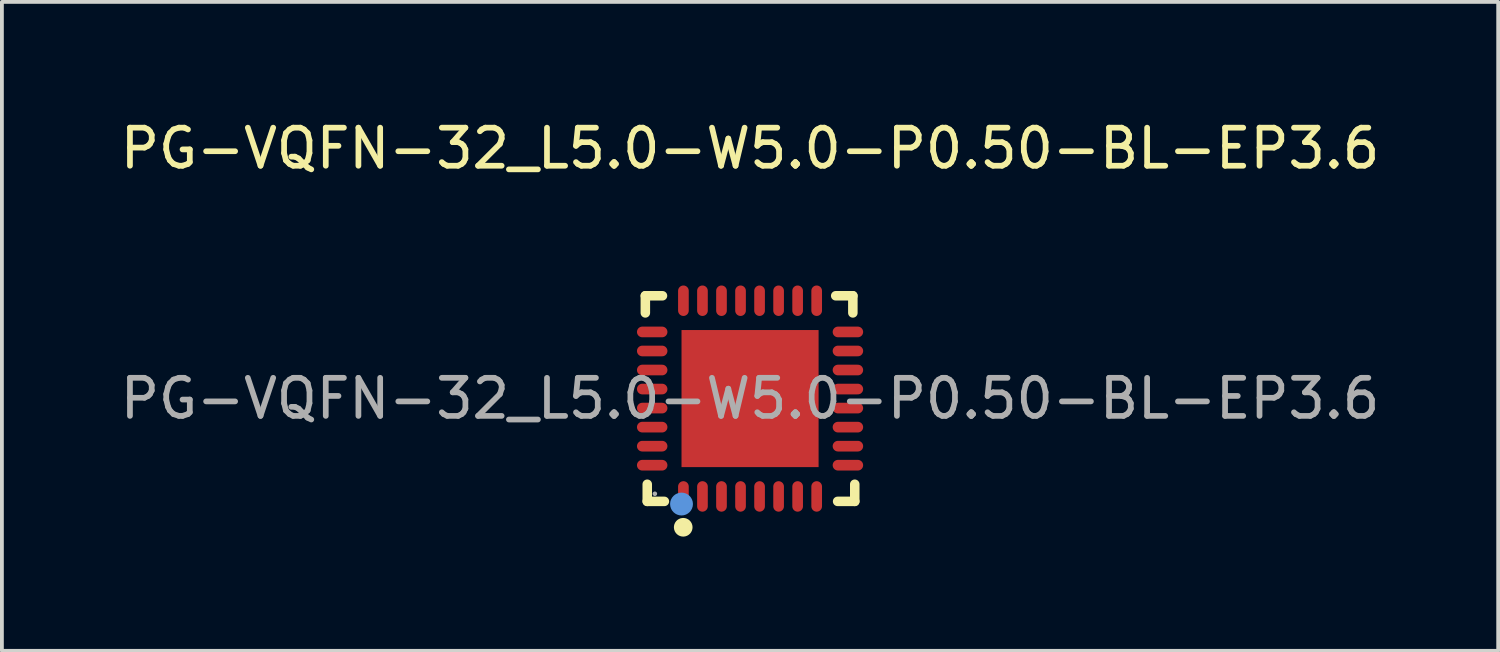
<source format=kicad_pcb>
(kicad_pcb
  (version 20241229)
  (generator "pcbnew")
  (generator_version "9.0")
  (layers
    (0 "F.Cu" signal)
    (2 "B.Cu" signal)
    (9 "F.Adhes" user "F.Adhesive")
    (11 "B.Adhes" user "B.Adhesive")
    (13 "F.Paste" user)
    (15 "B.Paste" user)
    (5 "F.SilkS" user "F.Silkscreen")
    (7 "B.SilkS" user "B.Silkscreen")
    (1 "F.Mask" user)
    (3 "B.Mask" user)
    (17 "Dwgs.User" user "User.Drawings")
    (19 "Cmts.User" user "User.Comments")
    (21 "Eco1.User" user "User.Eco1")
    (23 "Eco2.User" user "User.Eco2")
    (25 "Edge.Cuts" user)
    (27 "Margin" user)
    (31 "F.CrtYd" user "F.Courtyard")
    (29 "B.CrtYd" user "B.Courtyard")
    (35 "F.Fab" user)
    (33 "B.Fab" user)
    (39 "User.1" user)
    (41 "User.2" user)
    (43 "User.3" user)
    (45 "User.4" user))
  (footprint "PG-VQFN-32_L5.0-W5.0-P0.50-BL-EP3.6"
    (layer "F.Cu")
    (at 16.649 7.418)
    (property "Reference" "PG-VQFN-32_L5.0-W5.0-P0.50-BL-EP3.6" (at 0 -6.57 0) (layer "F.SilkS") (effects (font (size 1 1) (thickness 0.15))))
    (attr smd)
    (fp_line (start -2.75 -2.7) (end -2.75 -2.25) (stroke (width 0.25) (type solid)) (layer "F.SilkS"))
    (fp_line (start -2.7 2.7) (end -2.7 2.25) (stroke (width 0.25) (type solid)) (layer "F.SilkS"))
    (fp_line (start -2.3 -2.7) (end -2.75 -2.7) (stroke (width 0.25) (type solid)) (layer "F.SilkS"))
    (fp_line (start -2.25 2.7) (end -2.7 2.7) (stroke (width 0.25) (type solid)) (layer "F.SilkS"))
    (fp_line (start 2.3 2.7) (end 2.75 2.7) (stroke (width 0.25) (type solid)) (layer "F.SilkS"))
    (fp_line (start 2.7 -2.7) (end 2.25 -2.7) (stroke (width 0.25) (type solid)) (layer "F.SilkS"))
    (fp_line (start 2.7 -2.25) (end 2.7 -2.7) (stroke (width 0.25) (type solid)) (layer "F.SilkS"))
    (fp_line (start 2.75 2.7) (end 2.75 2.25) (stroke (width 0.25) (type solid)) (layer "F.SilkS"))
    (fp_arc (start -1.755004 3.260104) (mid -1.75 3.5) (end -1.765004 3.260521) (stroke (width 0.25) (type solid)) (layer "F.SilkS"))
    (fp_circle (center -1.8 2.77) (end -1.65 2.77) (stroke (width 0.3) (type solid)) (fill no) (layer "Cmts.User"))
    (fp_circle (center -2.5 2.5) (end -2.47 2.5) (stroke (width 0.06) (type solid)) (fill no) (layer "F.Fab"))
    (fp_text user "${REFERENCE}" (at 0 0 0) (layer "F.Fab") (effects (font (size 1 1) (thickness 0.15))))
    (pad "1" smd oval (at -1.75 2.57) (size 0.28 0.8) (layers "F.Cu" "F.Mask" "F.Paste"))
    (pad "2" smd oval (at -1.25 2.57) (size 0.28 0.8) (layers "F.Cu" "F.Mask" "F.Paste"))
    (pad "3" smd oval (at -0.75 2.57) (size 0.28 0.8) (layers "F.Cu" "F.Mask" "F.Paste"))
    (pad "4" smd oval (at -0.25 2.57) (size 0.28 0.8) (layers "F.Cu" "F.Mask" "F.Paste"))
    (pad "5" smd oval (at 0.25 2.57) (size 0.28 0.8) (layers "F.Cu" "F.Mask" "F.Paste"))
    (pad "6" smd oval (at 0.75 2.57) (size 0.28 0.8) (layers "F.Cu" "F.Mask" "F.Paste"))
    (pad "7" smd oval (at 1.25 2.57) (size 0.28 0.8) (layers "F.Cu" "F.Mask" "F.Paste"))
    (pad "8" smd oval (at 1.75 2.57) (size 0.28 0.8) (layers "F.Cu" "F.Mask" "F.Paste"))
    (pad "9" smd oval (at 2.57 1.75) (size 0.8 0.28) (layers "F.Cu" "F.Mask" "F.Paste"))
    (pad "10" smd oval (at 2.57 1.25) (size 0.8 0.28) (layers "F.Cu" "F.Mask" "F.Paste"))
    (pad "11" smd oval (at 2.57 0.75) (size 0.8 0.28) (layers "F.Cu" "F.Mask" "F.Paste"))
    (pad "12" smd oval (at 2.57 0.25) (size 0.8 0.28) (layers "F.Cu" "F.Mask" "F.Paste"))
    (pad "13" smd oval (at 2.57 -0.25) (size 0.8 0.28) (layers "F.Cu" "F.Mask" "F.Paste"))
    (pad "14" smd oval (at 2.57 -0.75) (size 0.8 0.28) (layers "F.Cu" "F.Mask" "F.Paste"))
    (pad "15" smd oval (at 2.57 -1.25) (size 0.8 0.28) (layers "F.Cu" "F.Mask" "F.Paste"))
    (pad "16" smd oval (at 2.57 -1.75) (size 0.8 0.28) (layers "F.Cu" "F.Mask" "F.Paste"))
    (pad "17" smd oval (at 1.75 -2.57) (size 0.28 0.8) (layers "F.Cu" "F.Mask" "F.Paste"))
    (pad "18" smd oval (at 1.25 -2.57) (size 0.28 0.8) (layers "F.Cu" "F.Mask" "F.Paste"))
    (pad "19" smd oval (at 0.75 -2.57) (size 0.28 0.8) (layers "F.Cu" "F.Mask" "F.Paste"))
    (pad "20" smd oval (at 0.25 -2.57) (size 0.28 0.8) (layers "F.Cu" "F.Mask" "F.Paste"))
    (pad "21" smd oval (at -0.25 -2.57) (size 0.28 0.8) (layers "F.Cu" "F.Mask" "F.Paste"))
    (pad "22" smd oval (at -0.75 -2.57) (size 0.28 0.8) (layers "F.Cu" "F.Mask" "F.Paste"))
    (pad "23" smd oval (at -1.25 -2.57) (size 0.28 0.8) (layers "F.Cu" "F.Mask" "F.Paste"))
    (pad "24" smd oval (at -1.75 -2.57) (size 0.28 0.8) (layers "F.Cu" "F.Mask" "F.Paste"))
    (pad "25" smd oval (at -2.57 -1.75) (size 0.8 0.28) (layers "F.Cu" "F.Mask" "F.Paste"))
    (pad "26" smd oval (at -2.57 -1.25) (size 0.8 0.28) (layers "F.Cu" "F.Mask" "F.Paste"))
    (pad "27" smd oval (at -2.57 -0.75) (size 0.8 0.28) (layers "F.Cu" "F.Mask" "F.Paste"))
    (pad "28" smd oval (at -2.57 -0.25) (size 0.8 0.28) (layers "F.Cu" "F.Mask" "F.Paste"))
    (pad "29" smd oval (at -2.57 0.25) (size 0.8 0.28) (layers "F.Cu" "F.Mask" "F.Paste"))
    (pad "30" smd oval (at -2.57 0.75) (size 0.8 0.28) (layers "F.Cu" "F.Mask" "F.Paste"))
    (pad "31" smd oval (at -2.57 1.25) (size 0.8 0.28) (layers "F.Cu" "F.Mask" "F.Paste"))
    (pad "32" smd oval (at -2.57 1.75) (size 0.8 0.28) (layers "F.Cu" "F.Mask" "F.Paste"))
    (pad "33" smd rect (at 0 0) (size 3.6 3.6) (layers "F.Cu" "F.Mask" "F.Paste")))
  (gr_rect
    (start -3 -3)
    (end 36.298 14.043)
    (stroke (width 0.1) (type default))
    (fill no)
    (layer "Edge.Cuts")))
</source>
